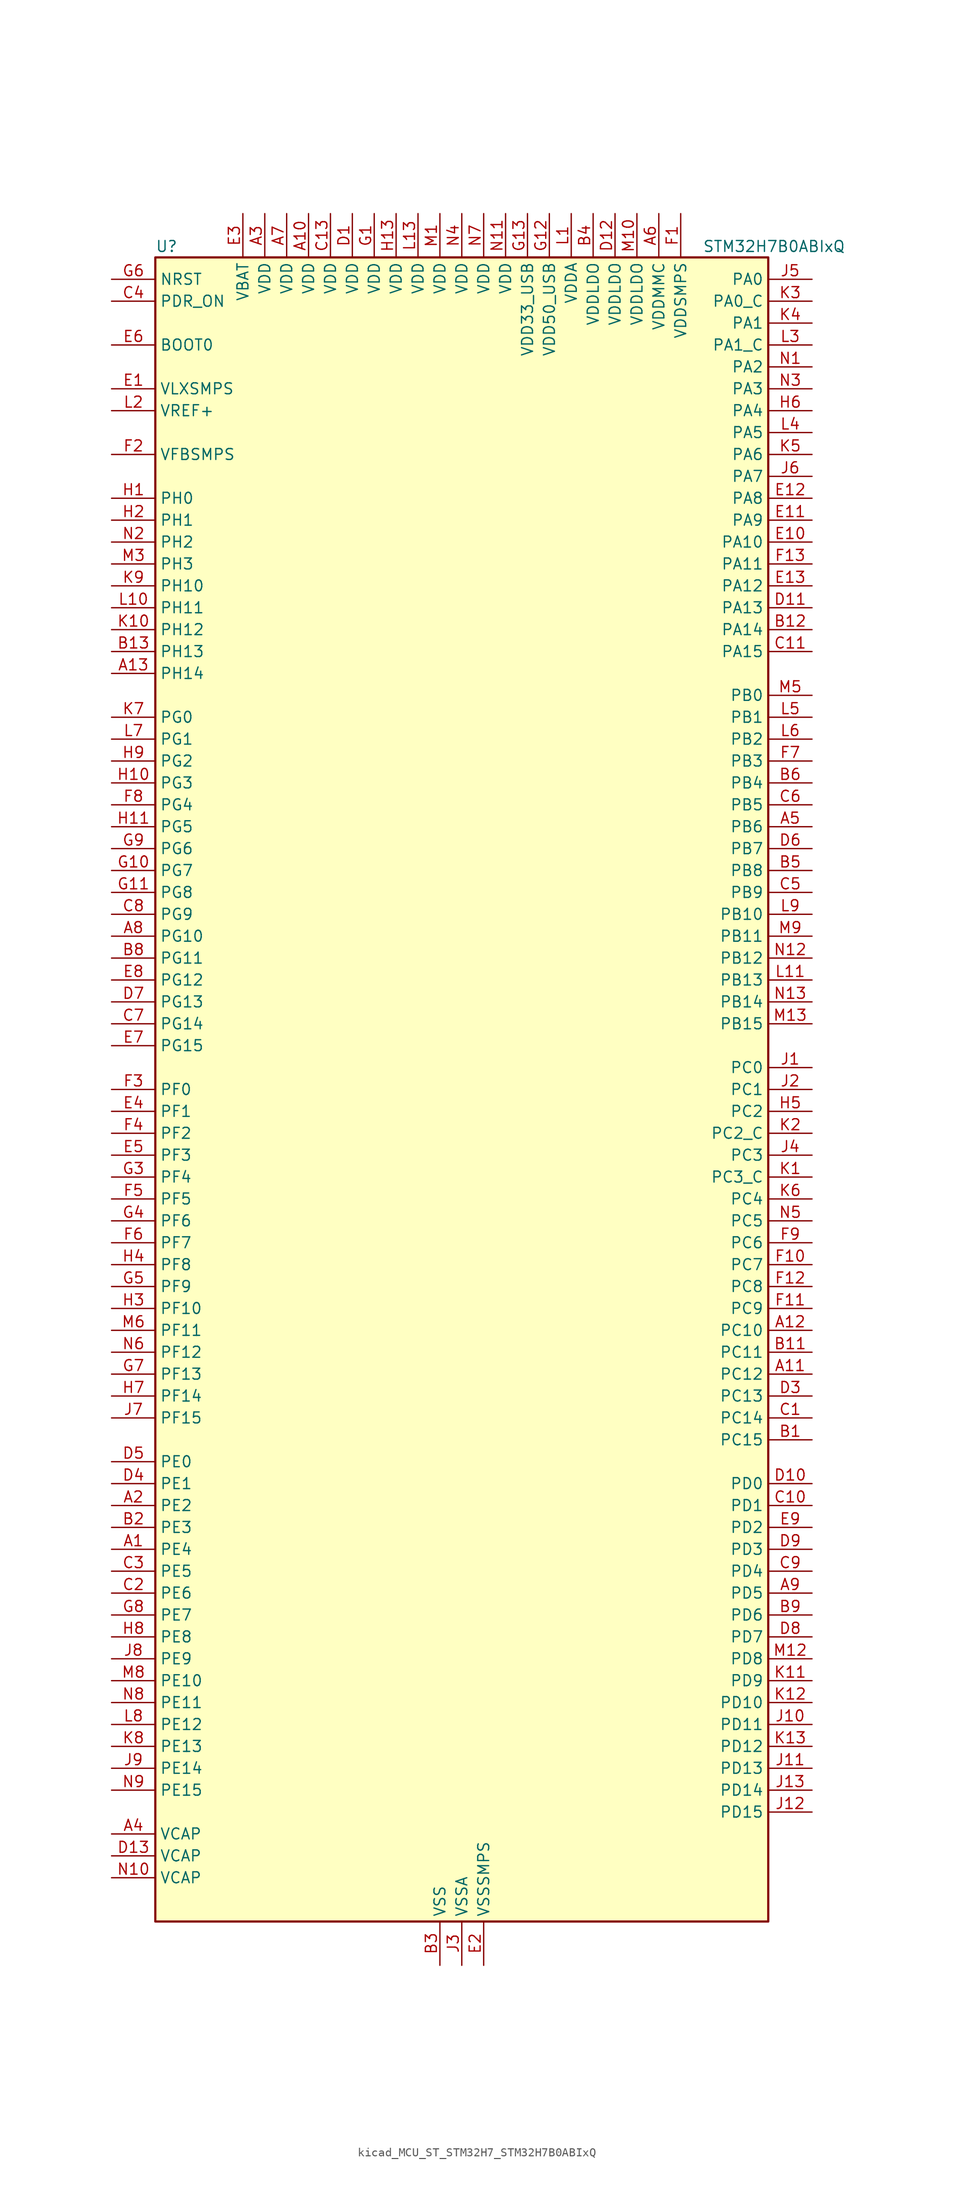
<source format=kicad_sym>
(kicad_symbol_lib
  (version 20220914)
  (generator kicad_symbol_editor)
  (symbol "kicad_MCU_ST_STM32H7_STM32H7B0ABIxQ"
    (property "Reference" "U"
      (at -35.56 97.79 0)
      (effects (font (size 1.27 1.27)) (justify left)))
    (property "Value" "STM32H7B0ABIxQ"
      (at 27.94 97.79 0)
      (effects (font (size 1.27 1.27)) (justify left)))
    (property "ki_locked" ""
      (at 0 0 0)
      (effects (font (size 1.27 1.27))))
    (symbol "kicad_MCU_ST_STM32H7_STM32H7B0ABIxQ_0_1"
      (rectangle (start -35.56 -96.52) (end 35.56 96.52) (stroke (width 0.254) (type default)) (fill (type background))))
    (symbol "kicad_MCU_ST_STM32H7_STM32H7B0ABIxQ_1_1"
      (pin bidirectional line (at -40.64 -53.34 0) (length 5.08) (name "PE4" (effects (font (size 1.27 1.27)))) (number "A1" (effects (font (size 1.27 1.27)))) (alternate "DCMI_D4" bidirectional line) (alternate "DEBUG_TRACED1" bidirectional line) (alternate "DFSDM1_DATIN3" bidirectional line) (alternate "FMC_A20" bidirectional line) (alternate "LTDC_B0" bidirectional line) (alternate "PSSI_D4" bidirectional line) (alternate "SAI1_D2" bidirectional line) (alternate "SAI1_FS_A" bidirectional line) (alternate "SPI4_NSS" bidirectional line) (alternate "TIM15_CH1N" bidirectional line))
      (pin power_in line (at -17.78 101.6 270) (length 5.08) (name "VDD" (effects (font (size 1.27 1.27)))) (number "A10" (effects (font (size 1.27 1.27)))))
      (pin bidirectional line (at 40.64 -33.02 180) (length 5.08) (name "PC12" (effects (font (size 1.27 1.27)))) (number "A11" (effects (font (size 1.27 1.27)))) (alternate "DCMI_D9" bidirectional line) (alternate "DEBUG_TRACED3" bidirectional line) (alternate "DFSDM2_CKOUT" bidirectional line) (alternate "I2S3_SDO" bidirectional line) (alternate "I2S6_CK" bidirectional line) (alternate "LTDC_R6" bidirectional line) (alternate "PSSI_D9" bidirectional line) (alternate "SDMMC1_CK" bidirectional line) (alternate "SPI3_MOSI" bidirectional line) (alternate "SPI6_SCK" bidirectional line) (alternate "TIM15_CH1" bidirectional line) (alternate "UART5_TX" bidirectional line) (alternate "USART3_CK" bidirectional line))
      (pin bidirectional line (at 40.64 -27.94 180) (length 5.08) (name "PC10" (effects (font (size 1.27 1.27)))) (number "A12" (effects (font (size 1.27 1.27)))) (alternate "DCMI_D8" bidirectional line) (alternate "DFSDM1_CKIN5" bidirectional line) (alternate "DFSDM2_CKIN0" bidirectional line) (alternate "I2S3_CK" bidirectional line) (alternate "LTDC_B1" bidirectional line) (alternate "LTDC_R2" bidirectional line) (alternate "OCTOSPIM_P1_IO1" bidirectional line) (alternate "PSSI_D8" bidirectional line) (alternate "SDMMC1_D2" bidirectional line) (alternate "SPI3_SCK" bidirectional line) (alternate "SWPMI1_RX" bidirectional line) (alternate "UART4_TX" bidirectional line) (alternate "USART3_TX" bidirectional line))
      (pin bidirectional line (at -40.64 48.26 0) (length 5.08) (name "PH14" (effects (font (size 1.27 1.27)))) (number "A13" (effects (font (size 1.27 1.27)))) (alternate "DCMI_D4" bidirectional line) (alternate "FDCAN1_RX" bidirectional line) (alternate "FMC_D22" bidirectional line) (alternate "LTDC_G3" bidirectional line) (alternate "PSSI_D4" bidirectional line) (alternate "TIM8_CH2N" bidirectional line) (alternate "UART4_RX" bidirectional line))
      (pin bidirectional line (at -40.64 -48.26 0) (length 5.08) (name "PE2" (effects (font (size 1.27 1.27)))) (number "A2" (effects (font (size 1.27 1.27)))) (alternate "DEBUG_TRACECLK" bidirectional line) (alternate "FMC_A23" bidirectional line) (alternate "OCTOSPIM_P1_IO2" bidirectional line) (alternate "SAI1_CK1" bidirectional line) (alternate "SAI1_MCLK_A" bidirectional line) (alternate "SPI4_SCK" bidirectional line) (alternate "USART10_RX" bidirectional line))
      (pin power_in line (at -22.86 101.6 270) (length 5.08) (name "VDD" (effects (font (size 1.27 1.27)))) (number "A3" (effects (font (size 1.27 1.27)))))
      (pin power_out line (at -40.64 -86.36 0) (length 5.08) (name "VCAP" (effects (font (size 1.27 1.27)))) (number "A4" (effects (font (size 1.27 1.27)))))
      (pin bidirectional line (at 40.64 30.48 180) (length 5.08) (name "PB6" (effects (font (size 1.27 1.27)))) (number "A5" (effects (font (size 1.27 1.27)))) (alternate "CEC" bidirectional line) (alternate "DCMI_D5" bidirectional line) (alternate "DFSDM1_DATIN5" bidirectional line) (alternate "FDCAN2_TX" bidirectional line) (alternate "FMC_SDNE1" bidirectional line) (alternate "I2C1_SCL" bidirectional line) (alternate "I2C4_SCL" bidirectional line) (alternate "LPUART1_TX" bidirectional line) (alternate "OCTOSPIM_P1_NCS" bidirectional line) (alternate "PSSI_D5" bidirectional line) (alternate "TIM16_CH1N" bidirectional line) (alternate "TIM4_CH1" bidirectional line) (alternate "UART5_TX" bidirectional line) (alternate "USART1_TX" bidirectional line))
      (pin power_in line (at 22.86 101.6 270) (length 5.08) (name "VDDMMC" (effects (font (size 1.27 1.27)))) (number "A6" (effects (font (size 1.27 1.27)))))
      (pin power_in line (at -20.32 101.6 270) (length 5.08) (name "VDD" (effects (font (size 1.27 1.27)))) (number "A7" (effects (font (size 1.27 1.27)))))
      (pin bidirectional line (at -40.64 17.78 0) (length 5.08) (name "PG10" (effects (font (size 1.27 1.27)))) (number "A8" (effects (font (size 1.27 1.27)))) (alternate "DCMI_D2" bidirectional line) (alternate "FMC_NE3" bidirectional line) (alternate "I2S1_WS" bidirectional line) (alternate "LTDC_B2" bidirectional line) (alternate "LTDC_G3" bidirectional line) (alternate "OCTOSPIM_P2_IO6" bidirectional line) (alternate "PSSI_D2" bidirectional line) (alternate "SAI2_SD_B" bidirectional line) (alternate "SDMMC2_D1" bidirectional line) (alternate "SPI1_NSS" bidirectional line))
      (pin bidirectional line (at 40.64 -58.42 180) (length 5.08) (name "PD5" (effects (font (size 1.27 1.27)))) (number "A9" (effects (font (size 1.27 1.27)))) (alternate "FMC_NWE" bidirectional line) (alternate "OCTOSPIM_P1_IO5" bidirectional line) (alternate "USART2_TX" bidirectional line))
      (pin bidirectional line (at 40.64 -40.64 180) (length 5.08) (name "PC15" (effects (font (size 1.27 1.27)))) (number "B1" (effects (font (size 1.27 1.27)))) (alternate "ADC1_EXTI15" bidirectional line) (alternate "ADC2_EXTI15" bidirectional line) (alternate "RCC_OSC32_OUT" bidirectional line))
      (pin passive line (at -2.54 -101.6 90) (length 5.08) hide (name "VSS" (effects (font (size 1.27 1.27)))) (number "B10" (effects (font (size 1.27 1.27)))))
      (pin bidirectional line (at 40.64 -30.48 180) (length 5.08) (name "PC11" (effects (font (size 1.27 1.27)))) (number "B11" (effects (font (size 1.27 1.27)))) (alternate "ADC1_EXTI11" bidirectional line) (alternate "ADC2_EXTI11" bidirectional line) (alternate "DCMI_D4" bidirectional line) (alternate "DFSDM1_DATIN5" bidirectional line) (alternate "DFSDM2_DATIN0" bidirectional line) (alternate "I2S3_SDI" bidirectional line) (alternate "LTDC_B4" bidirectional line) (alternate "OCTOSPIM_P1_NCS" bidirectional line) (alternate "PSSI_D4" bidirectional line) (alternate "SDMMC1_D3" bidirectional line) (alternate "SPI3_MISO" bidirectional line) (alternate "UART4_RX" bidirectional line) (alternate "USART3_RX" bidirectional line))
      (pin bidirectional line (at 40.64 53.34 180) (length 5.08) (name "PA14" (effects (font (size 1.27 1.27)))) (number "B12" (effects (font (size 1.27 1.27)))) (alternate "DEBUG_JTCK-SWCLK" bidirectional line))
      (pin bidirectional line (at -40.64 50.8 0) (length 5.08) (name "PH13" (effects (font (size 1.27 1.27)))) (number "B13" (effects (font (size 1.27 1.27)))) (alternate "FDCAN1_TX" bidirectional line) (alternate "FMC_D21" bidirectional line) (alternate "LTDC_G2" bidirectional line) (alternate "TIM8_CH1N" bidirectional line) (alternate "UART4_TX" bidirectional line))
      (pin bidirectional line (at -40.64 -50.8 0) (length 5.08) (name "PE3" (effects (font (size 1.27 1.27)))) (number "B2" (effects (font (size 1.27 1.27)))) (alternate "DEBUG_TRACED0" bidirectional line) (alternate "FMC_A19" bidirectional line) (alternate "SAI1_SD_B" bidirectional line) (alternate "TIM15_BKIN" bidirectional line) (alternate "USART10_TX" bidirectional line))
      (pin power_in line (at -2.54 -101.6 90) (length 5.08) (name "VSS" (effects (font (size 1.27 1.27)))) (number "B3" (effects (font (size 1.27 1.27)))))
      (pin power_in line (at 15.24 101.6 270) (length 5.08) (name "VDDLDO" (effects (font (size 1.27 1.27)))) (number "B4" (effects (font (size 1.27 1.27)))))
      (pin bidirectional line (at 40.64 25.4 180) (length 5.08) (name "PB8" (effects (font (size 1.27 1.27)))) (number "B5" (effects (font (size 1.27 1.27)))) (alternate "DCMI_D6" bidirectional line) (alternate "DFSDM1_CKIN7" bidirectional line) (alternate "FDCAN1_RX" bidirectional line) (alternate "I2C1_SCL" bidirectional line) (alternate "I2C4_SCL" bidirectional line) (alternate "LTDC_B6" bidirectional line) (alternate "PSSI_D6" bidirectional line) (alternate "SDMMC1_CKIN" bidirectional line) (alternate "SDMMC1_D4" bidirectional line) (alternate "SDMMC2_D4" bidirectional line) (alternate "TIM16_CH1" bidirectional line) (alternate "TIM4_CH3" bidirectional line) (alternate "UART4_RX" bidirectional line))
      (pin bidirectional line (at 40.64 35.56 180) (length 5.08) (name "PB4" (effects (font (size 1.27 1.27)))) (number "B6" (effects (font (size 1.27 1.27)))) (alternate "DEBUG_JTRST" bidirectional line) (alternate "I2S1_SDI" bidirectional line) (alternate "I2S2_WS" bidirectional line) (alternate "I2S3_SDI" bidirectional line) (alternate "I2S6_SDI" bidirectional line) (alternate "SDMMC2_D3" bidirectional line) (alternate "SPI1_MISO" bidirectional line) (alternate "SPI2_NSS" bidirectional line) (alternate "SPI3_MISO" bidirectional line) (alternate "SPI6_MISO" bidirectional line) (alternate "TIM16_BKIN" bidirectional line) (alternate "TIM3_CH1" bidirectional line) (alternate "UART7_TX" bidirectional line))
      (pin passive line (at -2.54 -101.6 90) (length 5.08) hide (name "VSS" (effects (font (size 1.27 1.27)))) (number "B7" (effects (font (size 1.27 1.27)))))
      (pin bidirectional line (at -40.64 15.24 0) (length 5.08) (name "PG11" (effects (font (size 1.27 1.27)))) (number "B8" (effects (font (size 1.27 1.27)))) (alternate "ADC1_EXTI11" bidirectional line) (alternate "ADC2_EXTI11" bidirectional line) (alternate "DCMI_D3" bidirectional line) (alternate "I2S1_CK" bidirectional line) (alternate "LPTIM1_IN2" bidirectional line) (alternate "LTDC_B3" bidirectional line) (alternate "OCTOSPIM_P2_IO7" bidirectional line) (alternate "PSSI_D3" bidirectional line) (alternate "SDMMC2_D2" bidirectional line) (alternate "SPDIFRX_IN0" bidirectional line) (alternate "SPI1_SCK" bidirectional line) (alternate "USART10_RX" bidirectional line))
      (pin bidirectional line (at 40.64 -60.96 180) (length 5.08) (name "PD6" (effects (font (size 1.27 1.27)))) (number "B9" (effects (font (size 1.27 1.27)))) (alternate "DCMI_D10" bidirectional line) (alternate "DFSDM1_CKIN4" bidirectional line) (alternate "DFSDM1_DATIN1" bidirectional line) (alternate "FMC_NWAIT" bidirectional line) (alternate "I2S3_SDO" bidirectional line) (alternate "LTDC_B2" bidirectional line) (alternate "OCTOSPIM_P1_IO6" bidirectional line) (alternate "PSSI_D10" bidirectional line) (alternate "SAI1_D1" bidirectional line) (alternate "SAI1_SD_A" bidirectional line) (alternate "SDMMC2_CK" bidirectional line) (alternate "SPI3_MOSI" bidirectional line) (alternate "USART2_RX" bidirectional line))
      (pin bidirectional line (at 40.64 -38.1 180) (length 5.08) (name "PC14" (effects (font (size 1.27 1.27)))) (number "C1" (effects (font (size 1.27 1.27)))) (alternate "RCC_OSC32_IN" bidirectional line))
      (pin bidirectional line (at 40.64 -48.26 180) (length 5.08) (name "PD1" (effects (font (size 1.27 1.27)))) (number "C10" (effects (font (size 1.27 1.27)))) (alternate "DFSDM1_DATIN6" bidirectional line) (alternate "FDCAN1_TX" bidirectional line) (alternate "FMC_D3" bidirectional line) (alternate "FMC_DA3" bidirectional line) (alternate "UART4_TX" bidirectional line))
      (pin bidirectional line (at 40.64 50.8 180) (length 5.08) (name "PA15" (effects (font (size 1.27 1.27)))) (number "C11" (effects (font (size 1.27 1.27)))) (alternate "ADC1_EXTI15" bidirectional line) (alternate "ADC2_EXTI15" bidirectional line) (alternate "CEC" bidirectional line) (alternate "DEBUG_JTDI" bidirectional line) (alternate "I2S1_WS" bidirectional line) (alternate "I2S3_WS" bidirectional line) (alternate "I2S6_WS" bidirectional line) (alternate "LTDC_B6" bidirectional line) (alternate "LTDC_R3" bidirectional line) (alternate "SPI1_NSS" bidirectional line) (alternate "SPI3_NSS" bidirectional line) (alternate "SPI6_NSS" bidirectional line) (alternate "TIM2_CH1" bidirectional line) (alternate "TIM2_ETR" bidirectional line) (alternate "UART4_DE" bidirectional line) (alternate "UART4_RTS" bidirectional line) (alternate "UART7_TX" bidirectional line))
      (pin passive line (at -2.54 -101.6 90) (length 5.08) hide (name "VSS" (effects (font (size 1.27 1.27)))) (number "C12" (effects (font (size 1.27 1.27)))))
      (pin power_in line (at -15.24 101.6 270) (length 5.08) (name "VDD" (effects (font (size 1.27 1.27)))) (number "C13" (effects (font (size 1.27 1.27)))))
      (pin bidirectional line (at -40.64 -58.42 0) (length 5.08) (name "PE6" (effects (font (size 1.27 1.27)))) (number "C2" (effects (font (size 1.27 1.27)))) (alternate "DCMI_D7" bidirectional line) (alternate "DEBUG_TRACED3" bidirectional line) (alternate "FMC_A22" bidirectional line) (alternate "LTDC_G1" bidirectional line) (alternate "PSSI_D7" bidirectional line) (alternate "SAI1_D1" bidirectional line) (alternate "SAI1_SD_A" bidirectional line) (alternate "SAI2_MCLK_B" bidirectional line) (alternate "SPI4_MOSI" bidirectional line) (alternate "TIM15_CH2" bidirectional line) (alternate "TIM1_BKIN2" bidirectional line) (alternate "TIM1_BKIN2_COMP1" bidirectional line) (alternate "TIM1_BKIN2_COMP2" bidirectional line))
      (pin bidirectional line (at -40.64 -55.88 0) (length 5.08) (name "PE5" (effects (font (size 1.27 1.27)))) (number "C3" (effects (font (size 1.27 1.27)))) (alternate "DCMI_D6" bidirectional line) (alternate "DEBUG_TRACED2" bidirectional line) (alternate "DFSDM1_CKIN3" bidirectional line) (alternate "FMC_A21" bidirectional line) (alternate "LTDC_G0" bidirectional line) (alternate "PSSI_D6" bidirectional line) (alternate "SAI1_CK2" bidirectional line) (alternate "SAI1_SCK_A" bidirectional line) (alternate "SPI4_MISO" bidirectional line) (alternate "TIM15_CH1" bidirectional line))
      (pin input line (at -40.64 91.44 0) (length 5.08) (name "PDR_ON" (effects (font (size 1.27 1.27)))) (number "C4" (effects (font (size 1.27 1.27)))))
      (pin bidirectional line (at 40.64 22.86 180) (length 5.08) (name "PB9" (effects (font (size 1.27 1.27)))) (number "C5" (effects (font (size 1.27 1.27)))) (alternate "DAC1_EXTI9" bidirectional line) (alternate "DCMI_D7" bidirectional line) (alternate "DFSDM1_DATIN7" bidirectional line) (alternate "FDCAN1_TX" bidirectional line) (alternate "I2C1_SDA" bidirectional line) (alternate "I2C4_SDA" bidirectional line) (alternate "I2C4_SMBA" bidirectional line) (alternate "I2S2_WS" bidirectional line) (alternate "LTDC_B7" bidirectional line) (alternate "PSSI_D7" bidirectional line) (alternate "SDMMC1_CDIR" bidirectional line) (alternate "SDMMC1_D5" bidirectional line) (alternate "SDMMC2_D5" bidirectional line) (alternate "SPI2_NSS" bidirectional line) (alternate "TIM17_CH1" bidirectional line) (alternate "TIM4_CH4" bidirectional line) (alternate "UART4_TX" bidirectional line))
      (pin bidirectional line (at 40.64 33.02 180) (length 5.08) (name "PB5" (effects (font (size 1.27 1.27)))) (number "C6" (effects (font (size 1.27 1.27)))) (alternate "DCMI_D10" bidirectional line) (alternate "FDCAN2_RX" bidirectional line) (alternate "FMC_SDCKE1" bidirectional line) (alternate "I2C1_SMBA" bidirectional line) (alternate "I2C4_SMBA" bidirectional line) (alternate "I2S1_SDO" bidirectional line) (alternate "I2S3_SDO" bidirectional line) (alternate "I2S6_SDO" bidirectional line) (alternate "LTDC_B5" bidirectional line) (alternate "PSSI_D10" bidirectional line) (alternate "SPI1_MOSI" bidirectional line) (alternate "SPI3_MOSI" bidirectional line) (alternate "SPI6_MOSI" bidirectional line) (alternate "TIM17_BKIN" bidirectional line) (alternate "TIM3_CH2" bidirectional line) (alternate "UART5_RX" bidirectional line) (alternate "USB_OTG_HS_ULPI_D7" bidirectional line))
      (pin bidirectional line (at -40.64 7.62 0) (length 5.08) (name "PG14" (effects (font (size 1.27 1.27)))) (number "C7" (effects (font (size 1.27 1.27)))) (alternate "DEBUG_TRACED1" bidirectional line) (alternate "FMC_A25" bidirectional line) (alternate "I2S6_SDO" bidirectional line) (alternate "LPTIM1_ETR" bidirectional line) (alternate "LTDC_B0" bidirectional line) (alternate "OCTOSPIM_P1_IO7" bidirectional line) (alternate "SDMMC2_D7" bidirectional line) (alternate "SPI6_MOSI" bidirectional line) (alternate "USART10_DE" bidirectional line) (alternate "USART10_RTS" bidirectional line) (alternate "USART6_TX" bidirectional line))
      (pin bidirectional line (at -40.64 20.32 0) (length 5.08) (name "PG9" (effects (font (size 1.27 1.27)))) (number "C8" (effects (font (size 1.27 1.27)))) (alternate "DAC1_EXTI9" bidirectional line) (alternate "DCMI_VSYNC" bidirectional line) (alternate "FMC_NCE" bidirectional line) (alternate "FMC_NE2" bidirectional line) (alternate "I2S1_SDI" bidirectional line) (alternate "OCTOSPIM_P1_IO6" bidirectional line) (alternate "PSSI_RDY" bidirectional line) (alternate "SAI2_FS_B" bidirectional line) (alternate "SDMMC2_D0" bidirectional line) (alternate "SPDIFRX_IN3" bidirectional line) (alternate "SPI1_MISO" bidirectional line) (alternate "USART6_RX" bidirectional line))
      (pin bidirectional line (at 40.64 -55.88 180) (length 5.08) (name "PD4" (effects (font (size 1.27 1.27)))) (number "C9" (effects (font (size 1.27 1.27)))) (alternate "FMC_NOE" bidirectional line) (alternate "OCTOSPIM_P1_IO4" bidirectional line) (alternate "USART2_DE" bidirectional line) (alternate "USART2_RTS" bidirectional line))
      (pin power_in line (at -12.7 101.6 270) (length 5.08) (name "VDD" (effects (font (size 1.27 1.27)))) (number "D1" (effects (font (size 1.27 1.27)))))
      (pin bidirectional line (at 40.64 -45.72 180) (length 5.08) (name "PD0" (effects (font (size 1.27 1.27)))) (number "D10" (effects (font (size 1.27 1.27)))) (alternate "DFSDM1_CKIN6" bidirectional line) (alternate "FDCAN1_RX" bidirectional line) (alternate "FMC_D2" bidirectional line) (alternate "FMC_DA2" bidirectional line) (alternate "LTDC_B1" bidirectional line) (alternate "UART4_RX" bidirectional line) (alternate "UART9_CTS" bidirectional line))
      (pin bidirectional line (at 40.64 55.88 180) (length 5.08) (name "PA13" (effects (font (size 1.27 1.27)))) (number "D11" (effects (font (size 1.27 1.27)))) (alternate "DEBUG_JTMS-SWDIO" bidirectional line))
      (pin power_in line (at 17.78 101.6 270) (length 5.08) (name "VDDLDO" (effects (font (size 1.27 1.27)))) (number "D12" (effects (font (size 1.27 1.27)))))
      (pin power_out line (at -40.64 -88.9 0) (length 5.08) (name "VCAP" (effects (font (size 1.27 1.27)))) (number "D13" (effects (font (size 1.27 1.27)))))
      (pin passive line (at -2.54 -101.6 90) (length 5.08) hide (name "VSS" (effects (font (size 1.27 1.27)))) (number "D2" (effects (font (size 1.27 1.27)))))
      (pin bidirectional line (at 40.64 -35.56 180) (length 5.08) (name "PC13" (effects (font (size 1.27 1.27)))) (number "D3" (effects (font (size 1.27 1.27)))) (alternate "PWR_WKUP4" bidirectional line) (alternate "RTC_OUT_ALARM" bidirectional line) (alternate "RTC_OUT_CALIB" bidirectional line) (alternate "RTC_TAMP1" bidirectional line) (alternate "RTC_TS" bidirectional line))
      (pin bidirectional line (at -40.64 -45.72 0) (length 5.08) (name "PE1" (effects (font (size 1.27 1.27)))) (number "D4" (effects (font (size 1.27 1.27)))) (alternate "DCMI_D3" bidirectional line) (alternate "FMC_NBL1" bidirectional line) (alternate "LPTIM1_IN2" bidirectional line) (alternate "LTDC_R6" bidirectional line) (alternate "PSSI_D3" bidirectional line) (alternate "UART8_TX" bidirectional line))
      (pin bidirectional line (at -40.64 -43.18 0) (length 5.08) (name "PE0" (effects (font (size 1.27 1.27)))) (number "D5" (effects (font (size 1.27 1.27)))) (alternate "DCMI_D2" bidirectional line) (alternate "FMC_NBL0" bidirectional line) (alternate "LPTIM1_ETR" bidirectional line) (alternate "LPTIM2_ETR" bidirectional line) (alternate "LTDC_R0" bidirectional line) (alternate "PSSI_D2" bidirectional line) (alternate "SAI2_MCLK_A" bidirectional line) (alternate "TIM4_ETR" bidirectional line) (alternate "UART8_RX" bidirectional line))
      (pin bidirectional line (at 40.64 27.94 180) (length 5.08) (name "PB7" (effects (font (size 1.27 1.27)))) (number "D6" (effects (font (size 1.27 1.27)))) (alternate "DCMI_VSYNC" bidirectional line) (alternate "DFSDM1_CKIN5" bidirectional line) (alternate "FMC_NL" bidirectional line) (alternate "I2C1_SDA" bidirectional line) (alternate "I2C4_SDA" bidirectional line) (alternate "LPUART1_RX" bidirectional line) (alternate "PSSI_RDY" bidirectional line) (alternate "PWR_PVD_IN" bidirectional line) (alternate "TIM17_CH1N" bidirectional line) (alternate "TIM4_CH2" bidirectional line) (alternate "USART1_RX" bidirectional line))
      (pin bidirectional line (at -40.64 10.16 0) (length 5.08) (name "PG13" (effects (font (size 1.27 1.27)))) (number "D7" (effects (font (size 1.27 1.27)))) (alternate "DEBUG_TRACED0" bidirectional line) (alternate "FMC_A24" bidirectional line) (alternate "I2S6_CK" bidirectional line) (alternate "LPTIM1_OUT" bidirectional line) (alternate "LTDC_R0" bidirectional line) (alternate "SDMMC2_D6" bidirectional line) (alternate "SPI6_SCK" bidirectional line) (alternate "USART10_CTS" bidirectional line) (alternate "USART10_NSS" bidirectional line) (alternate "USART6_CTS" bidirectional line) (alternate "USART6_NSS" bidirectional line))
      (pin bidirectional line (at 40.64 -63.5 180) (length 5.08) (name "PD7" (effects (font (size 1.27 1.27)))) (number "D8" (effects (font (size 1.27 1.27)))) (alternate "DFSDM1_CKIN1" bidirectional line) (alternate "DFSDM1_DATIN4" bidirectional line) (alternate "FMC_NE1" bidirectional line) (alternate "I2S1_SDO" bidirectional line) (alternate "OCTOSPIM_P1_IO7" bidirectional line) (alternate "SDMMC2_CMD" bidirectional line) (alternate "SPDIFRX_IN0" bidirectional line) (alternate "SPI1_MOSI" bidirectional line) (alternate "USART2_CK" bidirectional line))
      (pin bidirectional line (at 40.64 -53.34 180) (length 5.08) (name "PD3" (effects (font (size 1.27 1.27)))) (number "D9" (effects (font (size 1.27 1.27)))) (alternate "DCMI_D5" bidirectional line) (alternate "DFSDM1_CKOUT" bidirectional line) (alternate "FMC_CLK" bidirectional line) (alternate "I2S2_CK" bidirectional line) (alternate "LTDC_G7" bidirectional line) (alternate "PSSI_D5" bidirectional line) (alternate "SPI2_SCK" bidirectional line) (alternate "USART2_CTS" bidirectional line) (alternate "USART2_NSS" bidirectional line))
      (pin power_in line (at -40.64 81.28 0) (length 5.08) (name "VLXSMPS" (effects (font (size 1.27 1.27)))) (number "E1" (effects (font (size 1.27 1.27)))))
      (pin bidirectional line (at 40.64 63.5 180) (length 5.08) (name "PA10" (effects (font (size 1.27 1.27)))) (number "E10" (effects (font (size 1.27 1.27)))) (alternate "DCMI_D1" bidirectional line) (alternate "LPUART1_RX" bidirectional line) (alternate "LTDC_B1" bidirectional line) (alternate "LTDC_B4" bidirectional line) (alternate "MDIOS_MDIO" bidirectional line) (alternate "PSSI_D1" bidirectional line) (alternate "TIM1_CH3" bidirectional line) (alternate "USART1_RX" bidirectional line) (alternate "USB_OTG_HS_ID" bidirectional line))
      (pin bidirectional line (at 40.64 66.04 180) (length 5.08) (name "PA9" (effects (font (size 1.27 1.27)))) (number "E11" (effects (font (size 1.27 1.27)))) (alternate "DAC1_EXTI9" bidirectional line) (alternate "DCMI_D0" bidirectional line) (alternate "I2C3_SMBA" bidirectional line) (alternate "I2S2_CK" bidirectional line) (alternate "LPUART1_TX" bidirectional line) (alternate "LTDC_R5" bidirectional line) (alternate "PSSI_D0" bidirectional line) (alternate "SPI2_SCK" bidirectional line) (alternate "TIM1_CH2" bidirectional line) (alternate "USART1_TX" bidirectional line) (alternate "USB_OTG_HS_VBUS" bidirectional line))
      (pin bidirectional line (at 40.64 68.58 180) (length 5.08) (name "PA8" (effects (font (size 1.27 1.27)))) (number "E12" (effects (font (size 1.27 1.27)))) (alternate "I2C3_SCL" bidirectional line) (alternate "LTDC_B3" bidirectional line) (alternate "LTDC_R6" bidirectional line) (alternate "RCC_MCO_1" bidirectional line) (alternate "TIM1_CH1" bidirectional line) (alternate "TIM8_BKIN2" bidirectional line) (alternate "TIM8_BKIN2_COMP1" bidirectional line) (alternate "TIM8_BKIN2_COMP2" bidirectional line) (alternate "UART7_RX" bidirectional line) (alternate "USART1_CK" bidirectional line) (alternate "USB_OTG_HS_SOF" bidirectional line))
      (pin bidirectional line (at 40.64 58.42 180) (length 5.08) (name "PA12" (effects (font (size 1.27 1.27)))) (number "E13" (effects (font (size 1.27 1.27)))) (alternate "FDCAN1_TX" bidirectional line) (alternate "I2S2_CK" bidirectional line) (alternate "LPUART1_DE" bidirectional line) (alternate "LPUART1_RTS" bidirectional line) (alternate "LTDC_R5" bidirectional line) (alternate "SAI2_FS_B" bidirectional line) (alternate "SPI2_SCK" bidirectional line) (alternate "TIM1_ETR" bidirectional line) (alternate "UART4_TX" bidirectional line) (alternate "USART1_DE" bidirectional line) (alternate "USART1_RTS" bidirectional line) (alternate "USB_OTG_HS_DP" bidirectional line))
      (pin power_in line (at 2.54 -101.6 90) (length 5.08) (name "VSSSMPS" (effects (font (size 1.27 1.27)))) (number "E2" (effects (font (size 1.27 1.27)))))
      (pin power_in line (at -25.4 101.6 270) (length 5.08) (name "VBAT" (effects (font (size 1.27 1.27)))) (number "E3" (effects (font (size 1.27 1.27)))))
      (pin bidirectional line (at -40.64 -2.54 0) (length 5.08) (name "PF1" (effects (font (size 1.27 1.27)))) (number "E4" (effects (font (size 1.27 1.27)))) (alternate "FMC_A1" bidirectional line) (alternate "I2C2_SCL" bidirectional line) (alternate "OCTOSPIM_P2_IO1" bidirectional line))
      (pin bidirectional line (at -40.64 -7.62 0) (length 5.08) (name "PF3" (effects (font (size 1.27 1.27)))) (number "E5" (effects (font (size 1.27 1.27)))) (alternate "FMC_A3" bidirectional line) (alternate "OCTOSPIM_P2_IO3" bidirectional line))
      (pin input line (at -40.64 86.36 0) (length 5.08) (name "BOOT0" (effects (font (size 1.27 1.27)))) (number "E6" (effects (font (size 1.27 1.27)))))
      (pin bidirectional line (at -40.64 5.08 0) (length 5.08) (name "PG15" (effects (font (size 1.27 1.27)))) (number "E7" (effects (font (size 1.27 1.27)))) (alternate "ADC1_EXTI15" bidirectional line) (alternate "ADC2_EXTI15" bidirectional line) (alternate "DCMI_D13" bidirectional line) (alternate "FMC_SDNCAS" bidirectional line) (alternate "OCTOSPIM_P2_DQS" bidirectional line) (alternate "PSSI_D13" bidirectional line) (alternate "USART10_CK" bidirectional line) (alternate "USART6_CTS" bidirectional line) (alternate "USART6_NSS" bidirectional line))
      (pin bidirectional line (at -40.64 12.7 0) (length 5.08) (name "PG12" (effects (font (size 1.27 1.27)))) (number "E8" (effects (font (size 1.27 1.27)))) (alternate "FMC_NE4" bidirectional line) (alternate "I2S6_SDI" bidirectional line) (alternate "LPTIM1_IN1" bidirectional line) (alternate "LTDC_B1" bidirectional line) (alternate "LTDC_B4" bidirectional line) (alternate "OCTOSPIM_P2_NCS" bidirectional line) (alternate "SDMMC2_D3" bidirectional line) (alternate "SPDIFRX_IN1" bidirectional line) (alternate "SPI6_MISO" bidirectional line) (alternate "USART10_TX" bidirectional line) (alternate "USART6_DE" bidirectional line) (alternate "USART6_RTS" bidirectional line))
      (pin bidirectional line (at 40.64 -50.8 180) (length 5.08) (name "PD2" (effects (font (size 1.27 1.27)))) (number "E9" (effects (font (size 1.27 1.27)))) (alternate "DCMI_D11" bidirectional line) (alternate "DEBUG_TRACED2" bidirectional line) (alternate "LTDC_B2" bidirectional line) (alternate "LTDC_B7" bidirectional line) (alternate "PSSI_D11" bidirectional line) (alternate "SDMMC1_CMD" bidirectional line) (alternate "TIM15_BKIN" bidirectional line) (alternate "TIM3_ETR" bidirectional line) (alternate "UART5_RX" bidirectional line))
      (pin power_in line (at 25.4 101.6 270) (length 5.08) (name "VDDSMPS" (effects (font (size 1.27 1.27)))) (number "F1" (effects (font (size 1.27 1.27)))))
      (pin bidirectional line (at 40.64 -20.32 180) (length 5.08) (name "PC7" (effects (font (size 1.27 1.27)))) (number "F10" (effects (font (size 1.27 1.27)))) (alternate "DCMI_D1" bidirectional line) (alternate "DEBUG_TRGIO" bidirectional line) (alternate "DFSDM1_DATIN3" bidirectional line) (alternate "FMC_NE1" bidirectional line) (alternate "I2S3_MCK" bidirectional line) (alternate "LTDC_G6" bidirectional line) (alternate "PSSI_D1" bidirectional line) (alternate "SDMMC1_D123DIR" bidirectional line) (alternate "SDMMC1_D7" bidirectional line) (alternate "SDMMC2_D7" bidirectional line) (alternate "SWPMI1_TX" bidirectional line) (alternate "TIM3_CH2" bidirectional line) (alternate "TIM8_CH2" bidirectional line) (alternate "USART6_RX" bidirectional line))
      (pin bidirectional line (at 40.64 -25.4 180) (length 5.08) (name "PC9" (effects (font (size 1.27 1.27)))) (number "F11" (effects (font (size 1.27 1.27)))) (alternate "DAC1_EXTI9" bidirectional line) (alternate "DCMI_D3" bidirectional line) (alternate "I2C3_SDA" bidirectional line) (alternate "I2S_CKIN" bidirectional line) (alternate "LTDC_B2" bidirectional line) (alternate "LTDC_G3" bidirectional line) (alternate "OCTOSPIM_P1_IO0" bidirectional line) (alternate "PSSI_D3" bidirectional line) (alternate "RCC_MCO_2" bidirectional line) (alternate "SDMMC1_D1" bidirectional line) (alternate "SWPMI1_SUSPEND" bidirectional line) (alternate "TIM3_CH4" bidirectional line) (alternate "TIM8_CH4" bidirectional line) (alternate "UART5_CTS" bidirectional line))
      (pin bidirectional line (at 40.64 -22.86 180) (length 5.08) (name "PC8" (effects (font (size 1.27 1.27)))) (number "F12" (effects (font (size 1.27 1.27)))) (alternate "DCMI_D2" bidirectional line) (alternate "DEBUG_TRACED1" bidirectional line) (alternate "FMC_INT" bidirectional line) (alternate "FMC_NCE" bidirectional line) (alternate "FMC_NE2" bidirectional line) (alternate "PSSI_D2" bidirectional line) (alternate "SDMMC1_D0" bidirectional line) (alternate "SWPMI1_RX" bidirectional line) (alternate "TIM3_CH3" bidirectional line) (alternate "TIM8_CH3" bidirectional line) (alternate "UART5_DE" bidirectional line) (alternate "UART5_RTS" bidirectional line) (alternate "USART6_CK" bidirectional line))
      (pin bidirectional line (at 40.64 60.96 180) (length 5.08) (name "PA11" (effects (font (size 1.27 1.27)))) (number "F13" (effects (font (size 1.27 1.27)))) (alternate "ADC1_EXTI11" bidirectional line) (alternate "ADC2_EXTI11" bidirectional line) (alternate "FDCAN1_RX" bidirectional line) (alternate "I2S2_WS" bidirectional line) (alternate "LPUART1_CTS" bidirectional line) (alternate "LTDC_R4" bidirectional line) (alternate "SPI2_NSS" bidirectional line) (alternate "TIM1_CH4" bidirectional line) (alternate "UART4_RX" bidirectional line) (alternate "USART1_CTS" bidirectional line) (alternate "USART1_NSS" bidirectional line) (alternate "USB_OTG_HS_DM" bidirectional line))
      (pin input line (at -40.64 73.66 0) (length 5.08) (name "VFBSMPS" (effects (font (size 1.27 1.27)))) (number "F2" (effects (font (size 1.27 1.27)))))
      (pin bidirectional line (at -40.64 0 0) (length 5.08) (name "PF0" (effects (font (size 1.27 1.27)))) (number "F3" (effects (font (size 1.27 1.27)))) (alternate "FMC_A0" bidirectional line) (alternate "I2C2_SDA" bidirectional line) (alternate "OCTOSPIM_P2_IO0" bidirectional line))
      (pin bidirectional line (at -40.64 -5.08 0) (length 5.08) (name "PF2" (effects (font (size 1.27 1.27)))) (number "F4" (effects (font (size 1.27 1.27)))) (alternate "FMC_A2" bidirectional line) (alternate "I2C2_SMBA" bidirectional line) (alternate "OCTOSPIM_P2_IO2" bidirectional line))
      (pin bidirectional line (at -40.64 -12.7 0) (length 5.08) (name "PF5" (effects (font (size 1.27 1.27)))) (number "F5" (effects (font (size 1.27 1.27)))) (alternate "FMC_A5" bidirectional line) (alternate "OCTOSPIM_P2_NCLK" bidirectional line))
      (pin bidirectional line (at -40.64 -17.78 0) (length 5.08) (name "PF7" (effects (font (size 1.27 1.27)))) (number "F6" (effects (font (size 1.27 1.27)))) (alternate "OCTOSPIM_P1_IO2" bidirectional line) (alternate "SAI1_MCLK_B" bidirectional line) (alternate "SPI5_SCK" bidirectional line) (alternate "TIM17_CH1" bidirectional line) (alternate "UART7_TX" bidirectional line))
      (pin bidirectional line (at 40.64 38.1 180) (length 5.08) (name "PB3" (effects (font (size 1.27 1.27)))) (number "F7" (effects (font (size 1.27 1.27)))) (alternate "CRS_SYNC" bidirectional line) (alternate "DEBUG_JTDO-SWO" bidirectional line) (alternate "I2S1_CK" bidirectional line) (alternate "I2S3_CK" bidirectional line) (alternate "I2S6_CK" bidirectional line) (alternate "SDMMC2_D2" bidirectional line) (alternate "SPI1_SCK" bidirectional line) (alternate "SPI3_SCK" bidirectional line) (alternate "SPI6_SCK" bidirectional line) (alternate "TIM2_CH2" bidirectional line) (alternate "UART7_RX" bidirectional line))
      (pin bidirectional line (at -40.64 33.02 0) (length 5.08) (name "PG4" (effects (font (size 1.27 1.27)))) (number "F8" (effects (font (size 1.27 1.27)))) (alternate "FMC_A14" bidirectional line) (alternate "FMC_BA0" bidirectional line) (alternate "TIM1_BKIN2" bidirectional line) (alternate "TIM1_BKIN2_COMP1" bidirectional line) (alternate "TIM1_BKIN2_COMP2" bidirectional line))
      (pin bidirectional line (at 40.64 -17.78 180) (length 5.08) (name "PC6" (effects (font (size 1.27 1.27)))) (number "F9" (effects (font (size 1.27 1.27)))) (alternate "DCMI_D0" bidirectional line) (alternate "DFSDM1_CKIN3" bidirectional line) (alternate "FMC_NWAIT" bidirectional line) (alternate "I2S2_MCK" bidirectional line) (alternate "LTDC_HSYNC" bidirectional line) (alternate "PSSI_D0" bidirectional line) (alternate "SDMMC1_D0DIR" bidirectional line) (alternate "SDMMC1_D6" bidirectional line) (alternate "SDMMC2_D6" bidirectional line) (alternate "SWPMI1_IO" bidirectional line) (alternate "TIM3_CH1" bidirectional line) (alternate "TIM8_CH1" bidirectional line) (alternate "USART6_TX" bidirectional line))
      (pin power_in line (at -10.16 101.6 270) (length 5.08) (name "VDD" (effects (font (size 1.27 1.27)))) (number "G1" (effects (font (size 1.27 1.27)))))
      (pin bidirectional line (at -40.64 25.4 0) (length 5.08) (name "PG7" (effects (font (size 1.27 1.27)))) (number "G10" (effects (font (size 1.27 1.27)))) (alternate "DCMI_D13" bidirectional line) (alternate "FMC_INT" bidirectional line) (alternate "LTDC_CLK" bidirectional line) (alternate "OCTOSPIM_P2_DQS" bidirectional line) (alternate "PSSI_D13" bidirectional line) (alternate "SAI1_MCLK_A" bidirectional line) (alternate "USART6_CK" bidirectional line))
      (pin bidirectional line (at -40.64 22.86 0) (length 5.08) (name "PG8" (effects (font (size 1.27 1.27)))) (number "G11" (effects (font (size 1.27 1.27)))) (alternate "FMC_SDCLK" bidirectional line) (alternate "I2S6_WS" bidirectional line) (alternate "LTDC_G7" bidirectional line) (alternate "SPDIFRX_IN2" bidirectional line) (alternate "SPI6_NSS" bidirectional line) (alternate "TIM8_ETR" bidirectional line) (alternate "USART6_DE" bidirectional line) (alternate "USART6_RTS" bidirectional line))
      (pin power_in line (at 10.16 101.6 270) (length 5.08) (name "VDD50_USB" (effects (font (size 1.27 1.27)))) (number "G12" (effects (font (size 1.27 1.27)))))
      (pin power_in line (at 7.62 101.6 270) (length 5.08) (name "VDD33_USB" (effects (font (size 1.27 1.27)))) (number "G13" (effects (font (size 1.27 1.27)))))
      (pin passive line (at -2.54 -101.6 90) (length 5.08) hide (name "VSS" (effects (font (size 1.27 1.27)))) (number "G2" (effects (font (size 1.27 1.27)))))
      (pin bidirectional line (at -40.64 -10.16 0) (length 5.08) (name "PF4" (effects (font (size 1.27 1.27)))) (number "G3" (effects (font (size 1.27 1.27)))) (alternate "FMC_A4" bidirectional line) (alternate "OCTOSPIM_P2_CLK" bidirectional line))
      (pin bidirectional line (at -40.64 -15.24 0) (length 5.08) (name "PF6" (effects (font (size 1.27 1.27)))) (number "G4" (effects (font (size 1.27 1.27)))) (alternate "OCTOSPIM_P1_IO3" bidirectional line) (alternate "SAI1_SD_B" bidirectional line) (alternate "SPI5_NSS" bidirectional line) (alternate "TIM16_CH1" bidirectional line) (alternate "UART7_RX" bidirectional line))
      (pin bidirectional line (at -40.64 -22.86 0) (length 5.08) (name "PF9" (effects (font (size 1.27 1.27)))) (number "G5" (effects (font (size 1.27 1.27)))) (alternate "DAC1_EXTI9" bidirectional line) (alternate "OCTOSPIM_P1_IO1" bidirectional line) (alternate "SAI1_FS_B" bidirectional line) (alternate "SPI5_MOSI" bidirectional line) (alternate "TIM14_CH1" bidirectional line) (alternate "TIM17_CH1N" bidirectional line) (alternate "UART7_CTS" bidirectional line))
      (pin input line (at -40.64 93.98 0) (length 5.08) (name "NRST" (effects (font (size 1.27 1.27)))) (number "G6" (effects (font (size 1.27 1.27)))))
      (pin bidirectional line (at -40.64 -33.02 0) (length 5.08) (name "PF13" (effects (font (size 1.27 1.27)))) (number "G7" (effects (font (size 1.27 1.27)))) (alternate "ADC2_INP2" bidirectional line) (alternate "DFSDM1_DATIN6" bidirectional line) (alternate "FMC_A7" bidirectional line) (alternate "I2C4_SMBA" bidirectional line))
      (pin bidirectional line (at -40.64 -60.96 0) (length 5.08) (name "PE7" (effects (font (size 1.27 1.27)))) (number "G8" (effects (font (size 1.27 1.27)))) (alternate "COMP2_INM" bidirectional line) (alternate "DFSDM1_DATIN2" bidirectional line) (alternate "FMC_D4" bidirectional line) (alternate "FMC_DA4" bidirectional line) (alternate "OCTOSPIM_P1_IO4" bidirectional line) (alternate "OPAMP2_VOUT" bidirectional line) (alternate "TIM1_ETR" bidirectional line) (alternate "UART7_RX" bidirectional line))
      (pin bidirectional line (at -40.64 27.94 0) (length 5.08) (name "PG6" (effects (font (size 1.27 1.27)))) (number "G9" (effects (font (size 1.27 1.27)))) (alternate "DCMI_D12" bidirectional line) (alternate "FMC_NE3" bidirectional line) (alternate "LTDC_R7" bidirectional line) (alternate "OCTOSPIM_P1_NCS" bidirectional line) (alternate "PSSI_D12" bidirectional line) (alternate "TIM17_BKIN" bidirectional line))
      (pin bidirectional line (at -40.64 68.58 0) (length 5.08) (name "PH0" (effects (font (size 1.27 1.27)))) (number "H1" (effects (font (size 1.27 1.27)))) (alternate "RCC_OSC_IN" bidirectional line))
      (pin bidirectional line (at -40.64 35.56 0) (length 5.08) (name "PG3" (effects (font (size 1.27 1.27)))) (number "H10" (effects (font (size 1.27 1.27)))) (alternate "FMC_A13" bidirectional line) (alternate "TIM8_BKIN2" bidirectional line) (alternate "TIM8_BKIN2_COMP1" bidirectional line) (alternate "TIM8_BKIN2_COMP2" bidirectional line))
      (pin bidirectional line (at -40.64 30.48 0) (length 5.08) (name "PG5" (effects (font (size 1.27 1.27)))) (number "H11" (effects (font (size 1.27 1.27)))) (alternate "FMC_A15" bidirectional line) (alternate "FMC_BA1" bidirectional line) (alternate "TIM1_ETR" bidirectional line))
      (pin passive line (at -2.54 -101.6 90) (length 5.08) hide (name "VSS" (effects (font (size 1.27 1.27)))) (number "H12" (effects (font (size 1.27 1.27)))))
      (pin power_in line (at -7.62 101.6 270) (length 5.08) (name "VDD" (effects (font (size 1.27 1.27)))) (number "H13" (effects (font (size 1.27 1.27)))))
      (pin bidirectional line (at -40.64 66.04 0) (length 5.08) (name "PH1" (effects (font (size 1.27 1.27)))) (number "H2" (effects (font (size 1.27 1.27)))) (alternate "RCC_OSC_OUT" bidirectional line))
      (pin bidirectional line (at -40.64 -25.4 0) (length 5.08) (name "PF10" (effects (font (size 1.27 1.27)))) (number "H3" (effects (font (size 1.27 1.27)))) (alternate "DCMI_D11" bidirectional line) (alternate "LTDC_DE" bidirectional line) (alternate "OCTOSPIM_P1_CLK" bidirectional line) (alternate "PSSI_D11" bidirectional line) (alternate "PSSI_D15" bidirectional line) (alternate "SAI1_D3" bidirectional line) (alternate "TIM16_BKIN" bidirectional line))
      (pin bidirectional line (at -40.64 -20.32 0) (length 5.08) (name "PF8" (effects (font (size 1.27 1.27)))) (number "H4" (effects (font (size 1.27 1.27)))) (alternate "OCTOSPIM_P1_IO0" bidirectional line) (alternate "SAI1_SCK_B" bidirectional line) (alternate "SPI5_MISO" bidirectional line) (alternate "TIM13_CH1" bidirectional line) (alternate "TIM16_CH1N" bidirectional line) (alternate "UART7_DE" bidirectional line) (alternate "UART7_RTS" bidirectional line))
      (pin bidirectional line (at 40.64 -2.54 180) (length 5.08) (name "PC2" (effects (font (size 1.27 1.27)))) (number "H5" (effects (font (size 1.27 1.27)))) (alternate "ADC1_INN11" bidirectional line) (alternate "ADC1_INP12" bidirectional line) (alternate "ADC2_INN11" bidirectional line) (alternate "ADC2_INP12" bidirectional line) (alternate "DFSDM1_CKIN1" bidirectional line) (alternate "DFSDM1_CKOUT" bidirectional line) (alternate "FMC_SDNE0" bidirectional line) (alternate "I2S2_SDI" bidirectional line) (alternate "OCTOSPIM_P1_IO2" bidirectional line) (alternate "OCTOSPIM_P1_IO5" bidirectional line) (alternate "PWR_CSTOP" bidirectional line) (alternate "SPI2_MISO" bidirectional line) (alternate "USB_OTG_HS_ULPI_DIR" bidirectional line))
      (pin bidirectional line (at 40.64 78.74 180) (length 5.08) (name "PA4" (effects (font (size 1.27 1.27)))) (number "H6" (effects (font (size 1.27 1.27)))) (alternate "ADC1_INP18" bidirectional line) (alternate "DAC1_OUT1" bidirectional line) (alternate "DCMI_HSYNC" bidirectional line) (alternate "I2S1_WS" bidirectional line) (alternate "I2S3_WS" bidirectional line) (alternate "I2S6_WS" bidirectional line) (alternate "LTDC_VSYNC" bidirectional line) (alternate "PSSI_DE" bidirectional line) (alternate "SPI1_NSS" bidirectional line) (alternate "SPI3_NSS" bidirectional line) (alternate "SPI6_NSS" bidirectional line) (alternate "TIM5_ETR" bidirectional line) (alternate "USART2_CK" bidirectional line))
      (pin bidirectional line (at -40.64 -35.56 0) (length 5.08) (name "PF14" (effects (font (size 1.27 1.27)))) (number "H7" (effects (font (size 1.27 1.27)))) (alternate "ADC2_INN2" bidirectional line) (alternate "ADC2_INP6" bidirectional line) (alternate "DFSDM1_CKIN6" bidirectional line) (alternate "FMC_A8" bidirectional line) (alternate "I2C4_SCL" bidirectional line))
      (pin bidirectional line (at -40.64 -63.5 0) (length 5.08) (name "PE8" (effects (font (size 1.27 1.27)))) (number "H8" (effects (font (size 1.27 1.27)))) (alternate "COMP2_OUT" bidirectional line) (alternate "DFSDM1_CKIN2" bidirectional line) (alternate "FMC_D5" bidirectional line) (alternate "FMC_DA5" bidirectional line) (alternate "OCTOSPIM_P1_IO5" bidirectional line) (alternate "OPAMP2_VINM" bidirectional line) (alternate "TIM1_CH1N" bidirectional line) (alternate "UART7_TX" bidirectional line))
      (pin bidirectional line (at -40.64 38.1 0) (length 5.08) (name "PG2" (effects (font (size 1.27 1.27)))) (number "H9" (effects (font (size 1.27 1.27)))) (alternate "FMC_A12" bidirectional line) (alternate "TIM8_BKIN" bidirectional line) (alternate "TIM8_BKIN_COMP1" bidirectional line) (alternate "TIM8_BKIN_COMP2" bidirectional line))
      (pin bidirectional line (at 40.64 2.54 180) (length 5.08) (name "PC0" (effects (font (size 1.27 1.27)))) (number "J1" (effects (font (size 1.27 1.27)))) (alternate "ADC1_INP10" bidirectional line) (alternate "ADC2_INP10" bidirectional line) (alternate "DFSDM1_CKIN0" bidirectional line) (alternate "DFSDM1_DATIN4" bidirectional line) (alternate "FMC_A25" bidirectional line) (alternate "FMC_SDNWE" bidirectional line) (alternate "LTDC_G2" bidirectional line) (alternate "LTDC_R5" bidirectional line) (alternate "SAI2_FS_B" bidirectional line) (alternate "USB_OTG_HS_ULPI_STP" bidirectional line))
      (pin bidirectional line (at 40.64 -73.66 180) (length 5.08) (name "PD11" (effects (font (size 1.27 1.27)))) (number "J10" (effects (font (size 1.27 1.27)))) (alternate "ADC1_EXTI11" bidirectional line) (alternate "ADC2_EXTI11" bidirectional line) (alternate "FMC_A16" bidirectional line) (alternate "FMC_CLE" bidirectional line) (alternate "I2C4_SMBA" bidirectional line) (alternate "LPTIM2_IN2" bidirectional line) (alternate "OCTOSPIM_P1_IO0" bidirectional line) (alternate "SAI2_SD_A" bidirectional line) (alternate "USART3_CTS" bidirectional line) (alternate "USART3_NSS" bidirectional line))
      (pin bidirectional line (at 40.64 -78.74 180) (length 5.08) (name "PD13" (effects (font (size 1.27 1.27)))) (number "J11" (effects (font (size 1.27 1.27)))) (alternate "DCMI_D13" bidirectional line) (alternate "FMC_A18" bidirectional line) (alternate "I2C4_SDA" bidirectional line) (alternate "LPTIM1_OUT" bidirectional line) (alternate "OCTOSPIM_P1_IO3" bidirectional line) (alternate "PSSI_D13" bidirectional line) (alternate "SAI2_SCK_A" bidirectional line) (alternate "TIM4_CH2" bidirectional line) (alternate "UART9_DE" bidirectional line) (alternate "UART9_RTS" bidirectional line))
      (pin bidirectional line (at 40.64 -83.82 180) (length 5.08) (name "PD15" (effects (font (size 1.27 1.27)))) (number "J12" (effects (font (size 1.27 1.27)))) (alternate "ADC1_EXTI15" bidirectional line) (alternate "ADC2_EXTI15" bidirectional line) (alternate "FMC_D1" bidirectional line) (alternate "FMC_DA1" bidirectional line) (alternate "TIM4_CH4" bidirectional line) (alternate "UART8_DE" bidirectional line) (alternate "UART8_RTS" bidirectional line) (alternate "UART9_TX" bidirectional line))
      (pin bidirectional line (at 40.64 -81.28 180) (length 5.08) (name "PD14" (effects (font (size 1.27 1.27)))) (number "J13" (effects (font (size 1.27 1.27)))) (alternate "FMC_D0" bidirectional line) (alternate "FMC_DA0" bidirectional line) (alternate "TIM4_CH3" bidirectional line) (alternate "UART8_CTS" bidirectional line) (alternate "UART9_RX" bidirectional line))
      (pin bidirectional line (at 40.64 0 180) (length 5.08) (name "PC1" (effects (font (size 1.27 1.27)))) (number "J2" (effects (font (size 1.27 1.27)))) (alternate "ADC1_INN10" bidirectional line) (alternate "ADC1_INP11" bidirectional line) (alternate "ADC2_INN10" bidirectional line) (alternate "ADC2_INP11" bidirectional line) (alternate "DEBUG_TRACED0" bidirectional line) (alternate "DFSDM1_CKIN4" bidirectional line) (alternate "DFSDM1_DATIN0" bidirectional line) (alternate "I2S2_SDO" bidirectional line) (alternate "LTDC_G5" bidirectional line) (alternate "MDIOS_MDC" bidirectional line) (alternate "OCTOSPIM_P1_IO4" bidirectional line) (alternate "PWR_WKUP6" bidirectional line) (alternate "RTC_TAMP3" bidirectional line) (alternate "SAI1_D1" bidirectional line) (alternate "SAI1_SD_A" bidirectional line) (alternate "SDMMC2_CK" bidirectional line) (alternate "SPI2_MOSI" bidirectional line))
      (pin power_in line (at 0 -101.6 90) (length 5.08) (name "VSSA" (effects (font (size 1.27 1.27)))) (number "J3" (effects (font (size 1.27 1.27)))))
      (pin bidirectional line (at 40.64 -7.62 180) (length 5.08) (name "PC3" (effects (font (size 1.27 1.27)))) (number "J4" (effects (font (size 1.27 1.27)))) (alternate "ADC1_INN12" bidirectional line) (alternate "ADC1_INP13" bidirectional line) (alternate "ADC2_INN12" bidirectional line) (alternate "ADC2_INP13" bidirectional line) (alternate "DFSDM1_DATIN1" bidirectional line) (alternate "FMC_SDCKE0" bidirectional line) (alternate "I2S2_SDO" bidirectional line) (alternate "OCTOSPIM_P1_IO0" bidirectional line) (alternate "OCTOSPIM_P1_IO6" bidirectional line) (alternate "PWR_CSLEEP" bidirectional line) (alternate "SPI2_MOSI" bidirectional line) (alternate "USB_OTG_HS_ULPI_NXT" bidirectional line))
      (pin bidirectional line (at 40.64 93.98 180) (length 5.08) (name "PA0" (effects (font (size 1.27 1.27)))) (number "J5" (effects (font (size 1.27 1.27)))) (alternate "ADC1_INP16" bidirectional line) (alternate "I2S6_WS" bidirectional line) (alternate "PWR_WKUP1" bidirectional line) (alternate "SAI2_SD_B" bidirectional line) (alternate "SDMMC2_CMD" bidirectional line) (alternate "SPI6_NSS" bidirectional line) (alternate "TIM15_BKIN" bidirectional line) (alternate "TIM2_CH1" bidirectional line) (alternate "TIM2_ETR" bidirectional line) (alternate "TIM5_CH1" bidirectional line) (alternate "TIM8_ETR" bidirectional line) (alternate "UART4_TX" bidirectional line) (alternate "USART2_CTS" bidirectional line) (alternate "USART2_NSS" bidirectional line))
      (pin bidirectional line (at 40.64 71.12 180) (length 5.08) (name "PA7" (effects (font (size 1.27 1.27)))) (number "J6" (effects (font (size 1.27 1.27)))) (alternate "ADC1_INN3" bidirectional line) (alternate "ADC1_INP7" bidirectional line) (alternate "ADC2_INN3" bidirectional line) (alternate "ADC2_INP7" bidirectional line) (alternate "DFSDM2_DATIN1" bidirectional line) (alternate "FMC_SDNWE" bidirectional line) (alternate "I2S1_SDO" bidirectional line) (alternate "I2S6_SDO" bidirectional line) (alternate "LTDC_VSYNC" bidirectional line) (alternate "OCTOSPIM_P1_IO2" bidirectional line) (alternate "OPAMP1_VINM" bidirectional line) (alternate "SPI1_MOSI" bidirectional line) (alternate "SPI6_MOSI" bidirectional line) (alternate "TIM14_CH1" bidirectional line) (alternate "TIM1_CH1N" bidirectional line) (alternate "TIM3_CH2" bidirectional line) (alternate "TIM8_CH1N" bidirectional line))
      (pin bidirectional line (at -40.64 -38.1 0) (length 5.08) (name "PF15" (effects (font (size 1.27 1.27)))) (number "J7" (effects (font (size 1.27 1.27)))) (alternate "ADC1_EXTI15" bidirectional line) (alternate "ADC2_EXTI15" bidirectional line) (alternate "FMC_A9" bidirectional line) (alternate "I2C4_SDA" bidirectional line))
      (pin bidirectional line (at -40.64 -66.04 0) (length 5.08) (name "PE9" (effects (font (size 1.27 1.27)))) (number "J8" (effects (font (size 1.27 1.27)))) (alternate "COMP2_INP" bidirectional line) (alternate "DAC1_EXTI9" bidirectional line) (alternate "DFSDM1_CKOUT" bidirectional line) (alternate "FMC_D6" bidirectional line) (alternate "FMC_DA6" bidirectional line) (alternate "OCTOSPIM_P1_IO6" bidirectional line) (alternate "OPAMP2_VINP" bidirectional line) (alternate "TIM1_CH1" bidirectional line) (alternate "UART7_DE" bidirectional line) (alternate "UART7_RTS" bidirectional line))
      (pin bidirectional line (at -40.64 -78.74 0) (length 5.08) (name "PE14" (effects (font (size 1.27 1.27)))) (number "J9" (effects (font (size 1.27 1.27)))) (alternate "FMC_D11" bidirectional line) (alternate "FMC_DA11" bidirectional line) (alternate "LTDC_CLK" bidirectional line) (alternate "SAI2_MCLK_B" bidirectional line) (alternate "SPI4_MOSI" bidirectional line) (alternate "TIM1_CH4" bidirectional line))
      (pin bidirectional line (at 40.64 -10.16 180) (length 5.08) (name "PC3_C" (effects (font (size 1.27 1.27)))) (number "K1" (effects (font (size 1.27 1.27)))) (alternate "ADC2_INP1" bidirectional line) (alternate "DFSDM1_DATIN1" bidirectional line) (alternate "FMC_SDCKE0" bidirectional line) (alternate "I2S2_SDO" bidirectional line) (alternate "OCTOSPIM_P1_IO0" bidirectional line) (alternate "OCTOSPIM_P1_IO6" bidirectional line) (alternate "PWR_CSLEEP" bidirectional line) (alternate "SPI2_MOSI" bidirectional line) (alternate "USB_OTG_HS_ULPI_NXT" bidirectional line))
      (pin bidirectional line (at -40.64 53.34 0) (length 5.08) (name "PH12" (effects (font (size 1.27 1.27)))) (number "K10" (effects (font (size 1.27 1.27)))) (alternate "DCMI_D3" bidirectional line) (alternate "FMC_D20" bidirectional line) (alternate "I2C4_SDA" bidirectional line) (alternate "LTDC_R6" bidirectional line) (alternate "PSSI_D3" bidirectional line) (alternate "TIM5_CH3" bidirectional line))
      (pin bidirectional line (at 40.64 -68.58 180) (length 5.08) (name "PD9" (effects (font (size 1.27 1.27)))) (number "K11" (effects (font (size 1.27 1.27)))) (alternate "DAC1_EXTI9" bidirectional line) (alternate "DFSDM1_DATIN3" bidirectional line) (alternate "FMC_D14" bidirectional line) (alternate "FMC_DA14" bidirectional line) (alternate "USART3_RX" bidirectional line))
      (pin bidirectional line (at 40.64 -71.12 180) (length 5.08) (name "PD10" (effects (font (size 1.27 1.27)))) (number "K12" (effects (font (size 1.27 1.27)))) (alternate "DFSDM1_CKOUT" bidirectional line) (alternate "DFSDM2_CKOUT" bidirectional line) (alternate "FMC_D15" bidirectional line) (alternate "FMC_DA15" bidirectional line) (alternate "LTDC_B3" bidirectional line) (alternate "USART3_CK" bidirectional line))
      (pin bidirectional line (at 40.64 -76.2 180) (length 5.08) (name "PD12" (effects (font (size 1.27 1.27)))) (number "K13" (effects (font (size 1.27 1.27)))) (alternate "DCMI_D12" bidirectional line) (alternate "FMC_A17" bidirectional line) (alternate "FMC_ALE" bidirectional line) (alternate "I2C4_SCL" bidirectional line) (alternate "LPTIM1_IN1" bidirectional line) (alternate "LPTIM2_IN1" bidirectional line) (alternate "OCTOSPIM_P1_IO1" bidirectional line) (alternate "PSSI_D12" bidirectional line) (alternate "SAI2_FS_A" bidirectional line) (alternate "TIM4_CH1" bidirectional line) (alternate "USART3_DE" bidirectional line) (alternate "USART3_RTS" bidirectional line))
      (pin bidirectional line (at 40.64 -5.08 180) (length 5.08) (name "PC2_C" (effects (font (size 1.27 1.27)))) (number "K2" (effects (font (size 1.27 1.27)))) (alternate "ADC2_INN1" bidirectional line) (alternate "ADC2_INP0" bidirectional line) (alternate "DFSDM1_CKIN1" bidirectional line) (alternate "DFSDM1_CKOUT" bidirectional line) (alternate "FMC_SDNE0" bidirectional line) (alternate "I2S2_SDI" bidirectional line) (alternate "OCTOSPIM_P1_IO2" bidirectional line) (alternate "OCTOSPIM_P1_IO5" bidirectional line) (alternate "PWR_CSTOP" bidirectional line) (alternate "SPI2_MISO" bidirectional line) (alternate "USB_OTG_HS_ULPI_DIR" bidirectional line))
      (pin bidirectional line (at 40.64 91.44 180) (length 5.08) (name "PA0_C" (effects (font (size 1.27 1.27)))) (number "K3" (effects (font (size 1.27 1.27)))) (alternate "ADC1_INN1" bidirectional line) (alternate "ADC1_INP0" bidirectional line) (alternate "I2S6_WS" bidirectional line) (alternate "SAI2_SD_B" bidirectional line) (alternate "SDMMC2_CMD" bidirectional line) (alternate "SPI6_NSS" bidirectional line) (alternate "TIM15_BKIN" bidirectional line) (alternate "TIM2_CH1" bidirectional line) (alternate "TIM2_ETR" bidirectional line) (alternate "TIM5_CH1" bidirectional line) (alternate "TIM8_ETR" bidirectional line) (alternate "UART4_TX" bidirectional line) (alternate "USART2_CTS" bidirectional line) (alternate "USART2_NSS" bidirectional line))
      (pin bidirectional line (at 40.64 88.9 180) (length 5.08) (name "PA1" (effects (font (size 1.27 1.27)))) (number "K4" (effects (font (size 1.27 1.27)))) (alternate "ADC1_INN16" bidirectional line) (alternate "ADC1_INP17" bidirectional line) (alternate "LPTIM3_OUT" bidirectional line) (alternate "LTDC_R2" bidirectional line) (alternate "OCTOSPIM_P1_DQS" bidirectional line) (alternate "OCTOSPIM_P1_IO3" bidirectional line) (alternate "SAI2_MCLK_B" bidirectional line) (alternate "TIM15_CH1N" bidirectional line) (alternate "TIM2_CH2" bidirectional line) (alternate "TIM5_CH2" bidirectional line) (alternate "UART4_RX" bidirectional line) (alternate "USART2_DE" bidirectional line) (alternate "USART2_RTS" bidirectional line))
      (pin bidirectional line (at 40.64 73.66 180) (length 5.08) (name "PA6" (effects (font (size 1.27 1.27)))) (number "K5" (effects (font (size 1.27 1.27)))) (alternate "ADC1_INP3" bidirectional line) (alternate "ADC2_INP3" bidirectional line) (alternate "DAC2_OUT1" bidirectional line) (alternate "DCMI_PIXCLK" bidirectional line) (alternate "I2S1_SDI" bidirectional line) (alternate "I2S6_SDI" bidirectional line) (alternate "LTDC_G2" bidirectional line) (alternate "MDIOS_MDC" bidirectional line) (alternate "OCTOSPIM_P1_IO3" bidirectional line) (alternate "PSSI_PDCK" bidirectional line) (alternate "SPI1_MISO" bidirectional line) (alternate "SPI6_MISO" bidirectional line) (alternate "TIM13_CH1" bidirectional line) (alternate "TIM1_BKIN" bidirectional line) (alternate "TIM1_BKIN_COMP1" bidirectional line) (alternate "TIM1_BKIN_COMP2" bidirectional line) (alternate "TIM3_CH1" bidirectional line) (alternate "TIM8_BKIN" bidirectional line) (alternate "TIM8_BKIN_COMP1" bidirectional line) (alternate "TIM8_BKIN_COMP2" bidirectional line))
      (pin bidirectional line (at 40.64 -12.7 180) (length 5.08) (name "PC4" (effects (font (size 1.27 1.27)))) (number "K6" (effects (font (size 1.27 1.27)))) (alternate "ADC1_INP4" bidirectional line) (alternate "ADC2_INP4" bidirectional line) (alternate "COMP1_INM" bidirectional line) (alternate "DFSDM1_CKIN2" bidirectional line) (alternate "FMC_SDNE0" bidirectional line) (alternate "I2S1_MCK" bidirectional line) (alternate "LTDC_R7" bidirectional line) (alternate "OPAMP1_VOUT" bidirectional line) (alternate "SPDIFRX_IN2" bidirectional line))
      (pin bidirectional line (at -40.64 43.18 0) (length 5.08) (name "PG0" (effects (font (size 1.27 1.27)))) (number "K7" (effects (font (size 1.27 1.27)))) (alternate "FMC_A10" bidirectional line) (alternate "OCTOSPIM_P2_IO4" bidirectional line) (alternate "UART9_RX" bidirectional line))
      (pin bidirectional line (at -40.64 -76.2 0) (length 5.08) (name "PE13" (effects (font (size 1.27 1.27)))) (number "K8" (effects (font (size 1.27 1.27)))) (alternate "COMP2_OUT" bidirectional line) (alternate "DFSDM1_CKIN5" bidirectional line) (alternate "FMC_D10" bidirectional line) (alternate "FMC_DA10" bidirectional line) (alternate "LTDC_DE" bidirectional line) (alternate "SAI2_FS_B" bidirectional line) (alternate "SPI4_MISO" bidirectional line) (alternate "TIM1_CH3" bidirectional line))
      (pin bidirectional line (at -40.64 58.42 0) (length 5.08) (name "PH10" (effects (font (size 1.27 1.27)))) (number "K9" (effects (font (size 1.27 1.27)))) (alternate "DCMI_D1" bidirectional line) (alternate "FMC_D18" bidirectional line) (alternate "I2C4_SMBA" bidirectional line) (alternate "LTDC_R4" bidirectional line) (alternate "PSSI_D1" bidirectional line) (alternate "TIM5_CH1" bidirectional line))
      (pin power_in line (at 12.7 101.6 270) (length 5.08) (name "VDDA" (effects (font (size 1.27 1.27)))) (number "L1" (effects (font (size 1.27 1.27)))))
      (pin bidirectional line (at -40.64 55.88 0) (length 5.08) (name "PH11" (effects (font (size 1.27 1.27)))) (number "L10" (effects (font (size 1.27 1.27)))) (alternate "ADC1_EXTI11" bidirectional line) (alternate "ADC2_EXTI11" bidirectional line) (alternate "DCMI_D2" bidirectional line) (alternate "FMC_D19" bidirectional line) (alternate "I2C4_SCL" bidirectional line) (alternate "LTDC_R5" bidirectional line) (alternate "PSSI_D2" bidirectional line) (alternate "TIM5_CH2" bidirectional line))
      (pin bidirectional line (at 40.64 12.7 180) (length 5.08) (name "PB13" (effects (font (size 1.27 1.27)))) (number "L11" (effects (font (size 1.27 1.27)))) (alternate "DCMI_D2" bidirectional line) (alternate "DFSDM1_CKIN1" bidirectional line) (alternate "DFSDM2_CKIN1" bidirectional line) (alternate "FDCAN2_TX" bidirectional line) (alternate "I2S2_CK" bidirectional line) (alternate "LPTIM2_OUT" bidirectional line) (alternate "PSSI_D2" bidirectional line) (alternate "SDMMC1_D0" bidirectional line) (alternate "SPI2_SCK" bidirectional line) (alternate "TIM1_CH1N" bidirectional line) (alternate "UART5_TX" bidirectional line) (alternate "USART3_CTS" bidirectional line) (alternate "USART3_NSS" bidirectional line) (alternate "USB_OTG_HS_ULPI_D6" bidirectional line))
      (pin passive line (at -2.54 -101.6 90) (length 5.08) hide (name "VSS" (effects (font (size 1.27 1.27)))) (number "L12" (effects (font (size 1.27 1.27)))))
      (pin power_in line (at -5.08 101.6 270) (length 5.08) (name "VDD" (effects (font (size 1.27 1.27)))) (number "L13" (effects (font (size 1.27 1.27)))))
      (pin input line (at -40.64 78.74 0) (length 5.08) (name "VREF+" (effects (font (size 1.27 1.27)))) (number "L2" (effects (font (size 1.27 1.27)))) (alternate "VREFBUF_OUT" bidirectional line))
      (pin bidirectional line (at 40.64 86.36 180) (length 5.08) (name "PA1_C" (effects (font (size 1.27 1.27)))) (number "L3" (effects (font (size 1.27 1.27)))) (alternate "ADC1_INP1" bidirectional line) (alternate "LPTIM3_OUT" bidirectional line) (alternate "LTDC_R2" bidirectional line) (alternate "OCTOSPIM_P1_DQS" bidirectional line) (alternate "OCTOSPIM_P1_IO3" bidirectional line) (alternate "SAI2_MCLK_B" bidirectional line) (alternate "TIM15_CH1N" bidirectional line) (alternate "TIM2_CH2" bidirectional line) (alternate "TIM5_CH2" bidirectional line) (alternate "UART4_RX" bidirectional line) (alternate "USART2_DE" bidirectional line) (alternate "USART2_RTS" bidirectional line))
      (pin bidirectional line (at 40.64 76.2 180) (length 5.08) (name "PA5" (effects (font (size 1.27 1.27)))) (number "L4" (effects (font (size 1.27 1.27)))) (alternate "ADC1_INN18" bidirectional line) (alternate "ADC1_INP19" bidirectional line) (alternate "DAC1_OUT2" bidirectional line) (alternate "I2S1_CK" bidirectional line) (alternate "I2S6_CK" bidirectional line) (alternate "LTDC_R4" bidirectional line) (alternate "PSSI_D14" bidirectional line) (alternate "PWR_NDSTOP2" bidirectional line) (alternate "SPI1_SCK" bidirectional line) (alternate "SPI6_SCK" bidirectional line) (alternate "TIM2_CH1" bidirectional line) (alternate "TIM2_ETR" bidirectional line) (alternate "TIM8_CH1N" bidirectional line) (alternate "USB_OTG_HS_ULPI_CK" bidirectional line))
      (pin bidirectional line (at 40.64 43.18 180) (length 5.08) (name "PB1" (effects (font (size 1.27 1.27)))) (number "L5" (effects (font (size 1.27 1.27)))) (alternate "ADC1_INP5" bidirectional line) (alternate "ADC2_INP5" bidirectional line) (alternate "COMP1_INM" bidirectional line) (alternate "DFSDM1_DATIN1" bidirectional line) (alternate "LTDC_G0" bidirectional line) (alternate "LTDC_R6" bidirectional line) (alternate "OCTOSPIM_P1_IO0" bidirectional line) (alternate "TIM1_CH3N" bidirectional line) (alternate "TIM3_CH4" bidirectional line) (alternate "TIM8_CH3N" bidirectional line) (alternate "USB_OTG_HS_ULPI_D2" bidirectional line))
      (pin bidirectional line (at 40.64 40.64 180) (length 5.08) (name "PB2" (effects (font (size 1.27 1.27)))) (number "L6" (effects (font (size 1.27 1.27)))) (alternate "COMP1_INP" bidirectional line) (alternate "DFSDM1_CKIN1" bidirectional line) (alternate "I2S3_SDO" bidirectional line) (alternate "OCTOSPIM_P1_CLK" bidirectional line) (alternate "OCTOSPIM_P1_DQS" bidirectional line) (alternate "RTC_OUT_ALARM" bidirectional line) (alternate "RTC_OUT_CALIB" bidirectional line) (alternate "SAI1_D1" bidirectional line) (alternate "SAI1_SD_A" bidirectional line) (alternate "SPI3_MOSI" bidirectional line))
      (pin bidirectional line (at -40.64 40.64 0) (length 5.08) (name "PG1" (effects (font (size 1.27 1.27)))) (number "L7" (effects (font (size 1.27 1.27)))) (alternate "FMC_A11" bidirectional line) (alternate "OCTOSPIM_P2_IO5" bidirectional line) (alternate "OPAMP2_VINM" bidirectional line) (alternate "UART9_TX" bidirectional line))
      (pin bidirectional line (at -40.64 -73.66 0) (length 5.08) (name "PE12" (effects (font (size 1.27 1.27)))) (number "L8" (effects (font (size 1.27 1.27)))) (alternate "COMP1_OUT" bidirectional line) (alternate "DFSDM1_DATIN5" bidirectional line) (alternate "FMC_D9" bidirectional line) (alternate "FMC_DA9" bidirectional line) (alternate "LTDC_B4" bidirectional line) (alternate "SAI2_SCK_B" bidirectional line) (alternate "SPI4_SCK" bidirectional line) (alternate "TIM1_CH3N" bidirectional line))
      (pin bidirectional line (at 40.64 20.32 180) (length 5.08) (name "PB10" (effects (font (size 1.27 1.27)))) (number "L9" (effects (font (size 1.27 1.27)))) (alternate "DFSDM1_DATIN7" bidirectional line) (alternate "I2C2_SCL" bidirectional line) (alternate "I2S2_CK" bidirectional line) (alternate "LPTIM2_IN1" bidirectional line) (alternate "LTDC_G4" bidirectional line) (alternate "OCTOSPIM_P1_NCS" bidirectional line) (alternate "SPI2_SCK" bidirectional line) (alternate "TIM2_CH3" bidirectional line) (alternate "USART3_TX" bidirectional line) (alternate "USB_OTG_HS_ULPI_D3" bidirectional line))
      (pin power_in line (at -2.54 101.6 270) (length 5.08) (name "VDD" (effects (font (size 1.27 1.27)))) (number "M1" (effects (font (size 1.27 1.27)))))
      (pin power_in line (at 20.32 101.6 270) (length 5.08) (name "VDDLDO" (effects (font (size 1.27 1.27)))) (number "M10" (effects (font (size 1.27 1.27)))))
      (pin passive line (at -2.54 -101.6 90) (length 5.08) hide (name "VSS" (effects (font (size 1.27 1.27)))) (number "M11" (effects (font (size 1.27 1.27)))))
      (pin bidirectional line (at 40.64 -66.04 180) (length 5.08) (name "PD8" (effects (font (size 1.27 1.27)))) (number "M12" (effects (font (size 1.27 1.27)))) (alternate "DFSDM1_CKIN3" bidirectional line) (alternate "FMC_D13" bidirectional line) (alternate "FMC_DA13" bidirectional line) (alternate "SPDIFRX_IN1" bidirectional line) (alternate "USART3_TX" bidirectional line))
      (pin bidirectional line (at 40.64 7.62 180) (length 5.08) (name "PB15" (effects (font (size 1.27 1.27)))) (number "M13" (effects (font (size 1.27 1.27)))) (alternate "ADC1_EXTI15" bidirectional line) (alternate "ADC2_EXTI15" bidirectional line) (alternate "DFSDM1_CKIN2" bidirectional line) (alternate "I2S2_SDO" bidirectional line) (alternate "LTDC_G7" bidirectional line) (alternate "RTC_REFIN" bidirectional line) (alternate "SDMMC2_D1" bidirectional line) (alternate "SPI2_MOSI" bidirectional line) (alternate "TIM12_CH2" bidirectional line) (alternate "TIM1_CH3N" bidirectional line) (alternate "TIM8_CH3N" bidirectional line) (alternate "UART4_CTS" bidirectional line) (alternate "USART1_RX" bidirectional line))
      (pin passive line (at -2.54 -101.6 90) (length 5.08) hide (name "VSS" (effects (font (size 1.27 1.27)))) (number "M2" (effects (font (size 1.27 1.27)))))
      (pin bidirectional line (at -40.64 60.96 0) (length 5.08) (name "PH3" (effects (font (size 1.27 1.27)))) (number "M3" (effects (font (size 1.27 1.27)))) (alternate "FMC_SDNE0" bidirectional line) (alternate "LTDC_R1" bidirectional line) (alternate "OCTOSPIM_P1_IO5" bidirectional line) (alternate "SAI2_MCLK_B" bidirectional line))
      (pin passive line (at -2.54 -101.6 90) (length 5.08) hide (name "VSS" (effects (font (size 1.27 1.27)))) (number "M4" (effects (font (size 1.27 1.27)))))
      (pin bidirectional line (at 40.64 45.72 180) (length 5.08) (name "PB0" (effects (font (size 1.27 1.27)))) (number "M5" (effects (font (size 1.27 1.27)))) (alternate "ADC1_INN5" bidirectional line) (alternate "ADC1_INP9" bidirectional line) (alternate "ADC2_INN5" bidirectional line) (alternate "ADC2_INP9" bidirectional line) (alternate "COMP1_INP" bidirectional line) (alternate "DFSDM1_CKOUT" bidirectional line) (alternate "DFSDM2_CKOUT" bidirectional line) (alternate "LTDC_G1" bidirectional line) (alternate "LTDC_R3" bidirectional line) (alternate "OCTOSPIM_P1_IO1" bidirectional line) (alternate "OPAMP1_VINP" bidirectional line) (alternate "TIM1_CH2N" bidirectional line) (alternate "TIM3_CH3" bidirectional line) (alternate "TIM8_CH2N" bidirectional line) (alternate "UART4_CTS" bidirectional line) (alternate "USB_OTG_HS_ULPI_D1" bidirectional line))
      (pin bidirectional line (at -40.64 -27.94 0) (length 5.08) (name "PF11" (effects (font (size 1.27 1.27)))) (number "M6" (effects (font (size 1.27 1.27)))) (alternate "ADC1_EXTI11" bidirectional line) (alternate "ADC1_INP2" bidirectional line) (alternate "ADC2_EXTI11" bidirectional line) (alternate "DCMI_D12" bidirectional line) (alternate "FMC_SDNRAS" bidirectional line) (alternate "OCTOSPIM_P1_NCLK" bidirectional line) (alternate "PSSI_D12" bidirectional line) (alternate "SAI2_SD_B" bidirectional line) (alternate "SPI5_MOSI" bidirectional line))
      (pin passive line (at -2.54 -101.6 90) (length 5.08) hide (name "VSS" (effects (font (size 1.27 1.27)))) (number "M7" (effects (font (size 1.27 1.27)))))
      (pin bidirectional line (at -40.64 -68.58 0) (length 5.08) (name "PE10" (effects (font (size 1.27 1.27)))) (number "M8" (effects (font (size 1.27 1.27)))) (alternate "COMP2_INM" bidirectional line) (alternate "DFSDM1_DATIN4" bidirectional line) (alternate "FMC_D7" bidirectional line) (alternate "FMC_DA7" bidirectional line) (alternate "OCTOSPIM_P1_IO7" bidirectional line) (alternate "TIM1_CH2N" bidirectional line) (alternate "UART7_CTS" bidirectional line))
      (pin bidirectional line (at 40.64 17.78 180) (length 5.08) (name "PB11" (effects (font (size 1.27 1.27)))) (number "M9" (effects (font (size 1.27 1.27)))) (alternate "ADC1_EXTI11" bidirectional line) (alternate "ADC2_EXTI11" bidirectional line) (alternate "DFSDM1_CKIN7" bidirectional line) (alternate "I2C2_SDA" bidirectional line) (alternate "LPTIM2_ETR" bidirectional line) (alternate "LTDC_G5" bidirectional line) (alternate "TIM2_CH4" bidirectional line) (alternate "USART3_RX" bidirectional line) (alternate "USB_OTG_HS_ULPI_D4" bidirectional line))
      (pin bidirectional line (at 40.64 83.82 180) (length 5.08) (name "PA2" (effects (font (size 1.27 1.27)))) (number "N1" (effects (font (size 1.27 1.27)))) (alternate "ADC1_INP14" bidirectional line) (alternate "DFSDM2_CKIN1" bidirectional line) (alternate "LTDC_R1" bidirectional line) (alternate "MDIOS_MDIO" bidirectional line) (alternate "PWR_WKUP2" bidirectional line) (alternate "SAI2_SCK_B" bidirectional line) (alternate "TIM15_CH1" bidirectional line) (alternate "TIM2_CH3" bidirectional line) (alternate "TIM5_CH3" bidirectional line) (alternate "USART2_TX" bidirectional line))
      (pin power_out line (at -40.64 -91.44 0) (length 5.08) (name "VCAP" (effects (font (size 1.27 1.27)))) (number "N10" (effects (font (size 1.27 1.27)))))
      (pin power_in line (at 5.08 101.6 270) (length 5.08) (name "VDD" (effects (font (size 1.27 1.27)))) (number "N11" (effects (font (size 1.27 1.27)))))
      (pin bidirectional line (at 40.64 15.24 180) (length 5.08) (name "PB12" (effects (font (size 1.27 1.27)))) (number "N12" (effects (font (size 1.27 1.27)))) (alternate "DFSDM1_DATIN1" bidirectional line) (alternate "DFSDM2_DATIN1" bidirectional line) (alternate "FDCAN2_RX" bidirectional line) (alternate "I2C2_SMBA" bidirectional line) (alternate "I2S2_WS" bidirectional line) (alternate "OCTOSPIM_P1_NCLK" bidirectional line) (alternate "SPI2_NSS" bidirectional line) (alternate "TIM1_BKIN" bidirectional line) (alternate "TIM1_BKIN_COMP1" bidirectional line) (alternate "TIM1_BKIN_COMP2" bidirectional line) (alternate "UART5_RX" bidirectional line) (alternate "USART3_CK" bidirectional line) (alternate "USB_OTG_HS_ULPI_D5" bidirectional line))
      (pin bidirectional line (at 40.64 10.16 180) (length 5.08) (name "PB14" (effects (font (size 1.27 1.27)))) (number "N13" (effects (font (size 1.27 1.27)))) (alternate "DFSDM1_DATIN2" bidirectional line) (alternate "I2S2_SDI" bidirectional line) (alternate "LTDC_CLK" bidirectional line) (alternate "SDMMC2_D0" bidirectional line) (alternate "SPI2_MISO" bidirectional line) (alternate "TIM12_CH1" bidirectional line) (alternate "TIM1_CH2N" bidirectional line) (alternate "TIM8_CH2N" bidirectional line) (alternate "UART4_DE" bidirectional line) (alternate "UART4_RTS" bidirectional line) (alternate "USART1_TX" bidirectional line) (alternate "USART3_DE" bidirectional line) (alternate "USART3_RTS" bidirectional line))
      (pin bidirectional line (at -40.64 63.5 0) (length 5.08) (name "PH2" (effects (font (size 1.27 1.27)))) (number "N2" (effects (font (size 1.27 1.27)))) (alternate "FMC_SDCKE0" bidirectional line) (alternate "LPTIM1_IN2" bidirectional line) (alternate "LTDC_R0" bidirectional line) (alternate "OCTOSPIM_P1_IO4" bidirectional line) (alternate "SAI2_SCK_B" bidirectional line))
      (pin bidirectional line (at 40.64 81.28 180) (length 5.08) (name "PA3" (effects (font (size 1.27 1.27)))) (number "N3" (effects (font (size 1.27 1.27)))) (alternate "ADC1_INP15" bidirectional line) (alternate "I2S6_MCK" bidirectional line) (alternate "LTDC_B2" bidirectional line) (alternate "LTDC_B5" bidirectional line) (alternate "OCTOSPIM_P1_CLK" bidirectional line) (alternate "TIM15_CH2" bidirectional line) (alternate "TIM2_CH4" bidirectional line) (alternate "TIM5_CH4" bidirectional line) (alternate "USART2_RX" bidirectional line) (alternate "USB_OTG_HS_ULPI_D0" bidirectional line))
      (pin power_in line (at 0 101.6 270) (length 5.08) (name "VDD" (effects (font (size 1.27 1.27)))) (number "N4" (effects (font (size 1.27 1.27)))))
      (pin bidirectional line (at 40.64 -15.24 180) (length 5.08) (name "PC5" (effects (font (size 1.27 1.27)))) (number "N5" (effects (font (size 1.27 1.27)))) (alternate "ADC1_INN4" bidirectional line) (alternate "ADC1_INP8" bidirectional line) (alternate "ADC2_INN4" bidirectional line) (alternate "ADC2_INP8" bidirectional line) (alternate "COMP1_OUT" bidirectional line) (alternate "DFSDM1_DATIN2" bidirectional line) (alternate "FMC_SDCKE0" bidirectional line) (alternate "LTDC_DE" bidirectional line) (alternate "OCTOSPIM_P1_DQS" bidirectional line) (alternate "OPAMP1_VINM" bidirectional line) (alternate "PSSI_D15" bidirectional line) (alternate "SAI1_D3" bidirectional line) (alternate "SPDIFRX_IN3" bidirectional line))
      (pin bidirectional line (at -40.64 -30.48 0) (length 5.08) (name "PF12" (effects (font (size 1.27 1.27)))) (number "N6" (effects (font (size 1.27 1.27)))) (alternate "ADC1_INN2" bidirectional line) (alternate "ADC1_INP6" bidirectional line) (alternate "FMC_A6" bidirectional line) (alternate "OCTOSPIM_P2_DQS" bidirectional line))
      (pin power_in line (at 2.54 101.6 270) (length 5.08) (name "VDD" (effects (font (size 1.27 1.27)))) (number "N7" (effects (font (size 1.27 1.27)))))
      (pin bidirectional line (at -40.64 -71.12 0) (length 5.08) (name "PE11" (effects (font (size 1.27 1.27)))) (number "N8" (effects (font (size 1.27 1.27)))) (alternate "ADC1_EXTI11" bidirectional line) (alternate "ADC2_EXTI11" bidirectional line) (alternate "COMP2_INP" bidirectional line) (alternate "DFSDM1_CKIN4" bidirectional line) (alternate "FMC_D8" bidirectional line) (alternate "FMC_DA8" bidirectional line) (alternate "LTDC_G3" bidirectional line) (alternate "OCTOSPIM_P1_NCS" bidirectional line) (alternate "SAI2_SD_B" bidirectional line) (alternate "SPI4_NSS" bidirectional line) (alternate "TIM1_CH2" bidirectional line))
      (pin bidirectional line (at -40.64 -81.28 0) (length 5.08) (name "PE15" (effects (font (size 1.27 1.27)))) (number "N9" (effects (font (size 1.27 1.27)))) (alternate "ADC1_EXTI15" bidirectional line) (alternate "ADC2_EXTI15" bidirectional line) (alternate "FMC_D12" bidirectional line) (alternate "FMC_DA12" bidirectional line) (alternate "LTDC_R7" bidirectional line) (alternate "TIM1_BKIN" bidirectional line) (alternate "TIM1_BKIN_COMP1" bidirectional line) (alternate "TIM1_BKIN_COMP2" bidirectional line) (alternate "USART10_CK" bidirectional line)))))
</source>
